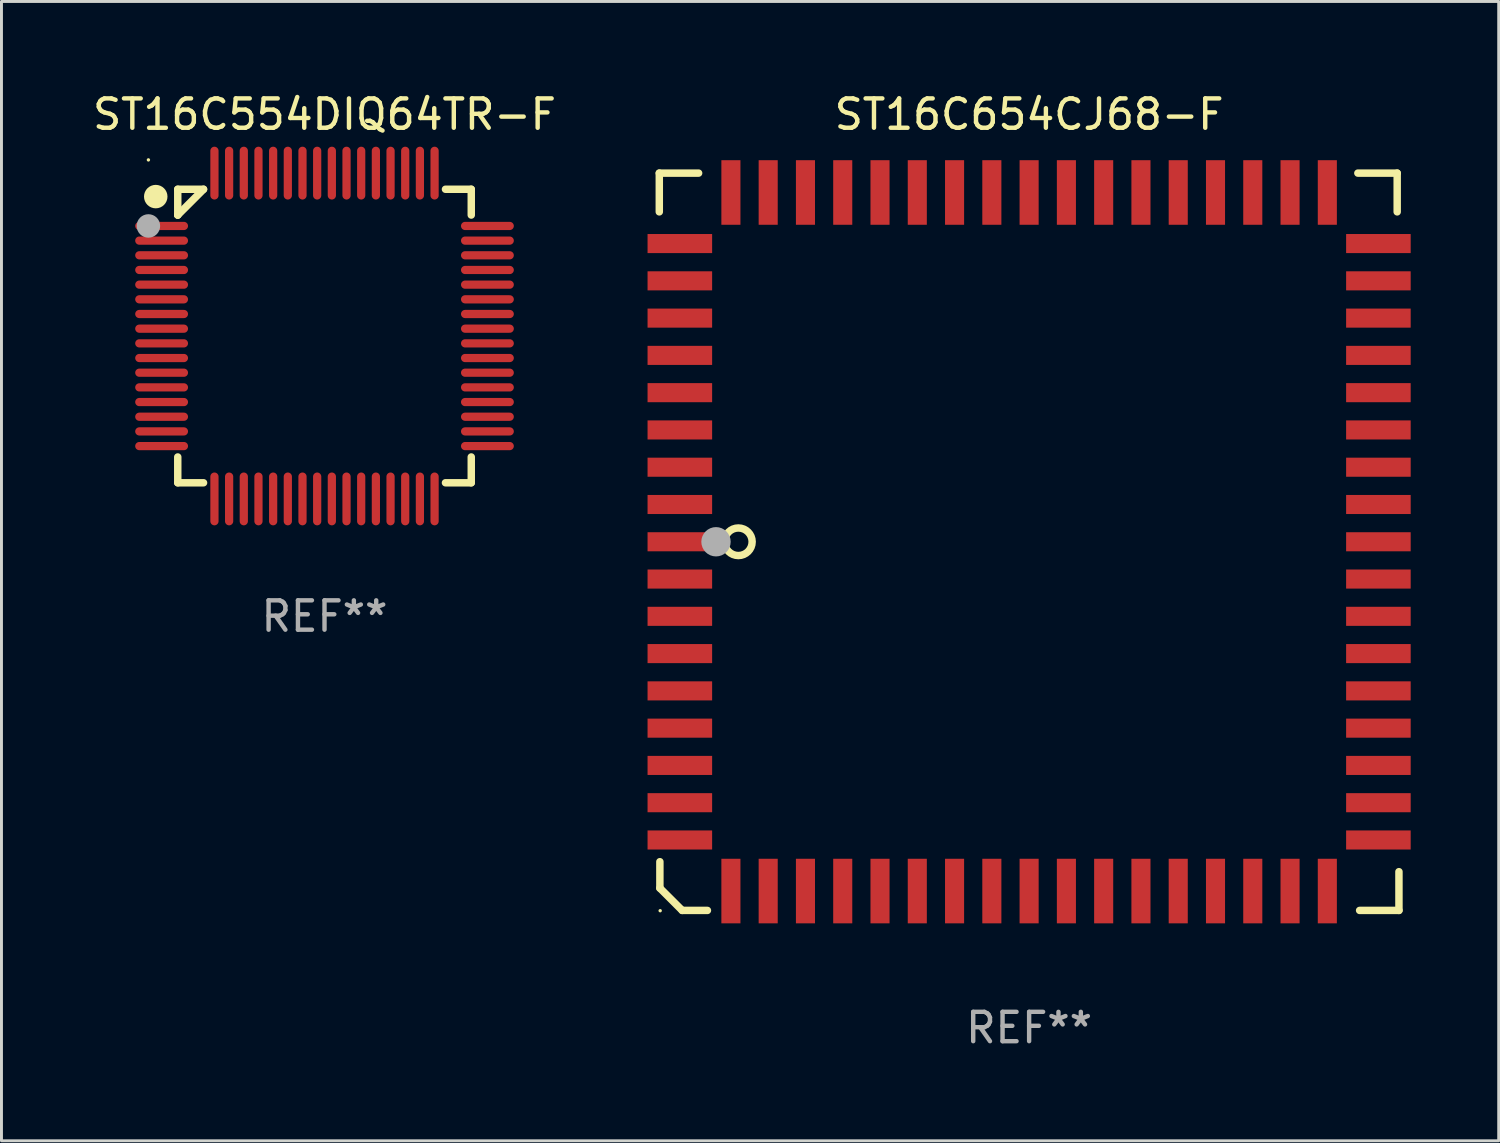
<source format=kicad_pcb>
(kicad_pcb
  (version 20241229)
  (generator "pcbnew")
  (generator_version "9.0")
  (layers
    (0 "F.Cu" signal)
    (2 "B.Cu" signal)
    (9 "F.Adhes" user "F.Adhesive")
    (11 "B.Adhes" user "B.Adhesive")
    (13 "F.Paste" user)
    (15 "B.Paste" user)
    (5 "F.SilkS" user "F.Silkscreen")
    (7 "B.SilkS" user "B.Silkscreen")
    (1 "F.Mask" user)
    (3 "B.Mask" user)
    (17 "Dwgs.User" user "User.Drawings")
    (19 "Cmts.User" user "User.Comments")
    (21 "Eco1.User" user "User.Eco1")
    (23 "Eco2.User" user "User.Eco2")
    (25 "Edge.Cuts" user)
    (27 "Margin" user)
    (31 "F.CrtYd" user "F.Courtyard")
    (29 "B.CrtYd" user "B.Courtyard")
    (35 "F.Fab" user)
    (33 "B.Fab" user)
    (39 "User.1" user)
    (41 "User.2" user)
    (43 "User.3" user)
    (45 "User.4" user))
  (footprint "ST16C654CJ68-F"
    (layer "F.Cu")
    (at 32.012 15.408)
    (property "Reference" "ST16C654CJ68-F" (at 0 -14.56 0) (layer "F.SilkS") (effects (font (size 1 1) (thickness 0.15))))
    (attr through_hole)
    (fp_line (start -12.6 -12.56) (end -12.6 -11.24) (stroke (width 0.254) (type solid)) (layer "F.SilkS"))
    (fp_line (start -12.58 10.9) (end -12.58 11.8) (stroke (width 0.254) (type solid)) (layer "F.SilkS"))
    (fp_line (start -12.58 11.8) (end -11.82 12.56) (stroke (width 0.254) (type solid)) (layer "F.SilkS"))
    (fp_line (start -11.82 12.56) (end -10.96 12.56) (stroke (width 0.254) (type solid)) (layer "F.SilkS"))
    (fp_line (start -11.26 -12.56) (end -12.6 -12.56) (stroke (width 0.254) (type solid)) (layer "F.SilkS"))
    (fp_line (start 11.2 -12.56) (end 12.54 -12.56) (stroke (width 0.254) (type solid)) (layer "F.SilkS"))
    (fp_line (start 11.26 12.56) (end 12.6 12.56) (stroke (width 0.254) (type solid)) (layer "F.SilkS"))
    (fp_line (start 12.54 -12.56) (end 12.54 -11.24) (stroke (width 0.254) (type solid)) (layer "F.SilkS"))
    (fp_line (start 12.6 12.56) (end 12.6 11.24) (stroke (width 0.254) (type solid)) (layer "F.SilkS"))
    (fp_circle (center -12.57 12.57) (end -12.54 12.57) (stroke (width 0.06) (type solid)) (fill no) (layer "F.SilkS"))
    (fp_circle (center -9.906 0) (end -9.436 0) (stroke (width 0.254) (type solid)) (fill no) (layer "F.SilkS"))
    (fp_circle (center -10.668 0) (end -10.418 0) (stroke (width 0.5) (type solid)) (fill no) (layer "F.Fab"))
    (fp_text user "REF**" (at 0 16.56 0) (layer "F.Fab") (effects (font (size 1 1) (thickness 0.15))))
    (pad "1" smd rect (at -11.9 -0.000076 270) (size 0.65 2.2) (layers "F.Cu" "F.Mask" "F.Paste"))
    (pad "2" smd rect (at -11.9 1.27 270) (size 0.65 2.2) (layers "F.Cu" "F.Mask" "F.Paste"))
    (pad "3" smd rect (at -11.9 2.54 270) (size 0.65 2.2) (layers "F.Cu" "F.Mask" "F.Paste"))
    (pad "4" smd rect (at -11.9 3.81 270) (size 0.65 2.2) (layers "F.Cu" "F.Mask" "F.Paste"))
    (pad "5" smd rect (at -11.9 5.08 270) (size 0.65 2.2) (layers "F.Cu" "F.Mask" "F.Paste"))
    (pad "6" smd rect (at -11.9 6.35 270) (size 0.65 2.2) (layers "F.Cu" "F.Mask" "F.Paste"))
    (pad "7" smd rect (at -11.9 7.62 270) (size 0.65 2.2) (layers "F.Cu" "F.Mask" "F.Paste"))
    (pad "8" smd rect (at -11.9 8.89 270) (size 0.65 2.2) (layers "F.Cu" "F.Mask" "F.Paste"))
    (pad "9" smd rect (at -11.9 10.16 270) (size 0.65 2.2) (layers "F.Cu" "F.Mask" "F.Paste"))
    (pad "10" smd rect (at -10.16 11.9 270) (size 2.2 0.65) (layers "F.Cu" "F.Mask" "F.Paste"))
    (pad "11" smd rect (at -8.89 11.9 270) (size 2.2 0.65) (layers "F.Cu" "F.Mask" "F.Paste"))
    (pad "12" smd rect (at -7.62 11.9 270) (size 2.2 0.65) (layers "F.Cu" "F.Mask" "F.Paste"))
    (pad "13" smd rect (at -6.35 11.9 270) (size 2.2 0.65) (layers "F.Cu" "F.Mask" "F.Paste"))
    (pad "14" smd rect (at -5.08 11.9 270) (size 2.2 0.65) (layers "F.Cu" "F.Mask" "F.Paste"))
    (pad "15" smd rect (at -3.81 11.9 270) (size 2.2 0.65) (layers "F.Cu" "F.Mask" "F.Paste"))
    (pad "16" smd rect (at -2.54 11.9 270) (size 2.2 0.65) (layers "F.Cu" "F.Mask" "F.Paste"))
    (pad "17" smd rect (at -1.27 11.9 270) (size 2.2 0.65) (layers "F.Cu" "F.Mask" "F.Paste"))
    (pad "18" smd rect (at 0 11.9 270) (size 2.2 0.65) (layers "F.Cu" "F.Mask" "F.Paste"))
    (pad "19" smd rect (at 1.27 11.9 270) (size 2.2 0.65) (layers "F.Cu" "F.Mask" "F.Paste"))
    (pad "20" smd rect (at 2.54 11.9 270) (size 2.2 0.65) (layers "F.Cu" "F.Mask" "F.Paste"))
    (pad "21" smd rect (at 3.81 11.9 270) (size 2.2 0.65) (layers "F.Cu" "F.Mask" "F.Paste"))
    (pad "22" smd rect (at 5.08 11.9 270) (size 2.2 0.65) (layers "F.Cu" "F.Mask" "F.Paste"))
    (pad "23" smd rect (at 6.35 11.9 270) (size 2.2 0.65) (layers "F.Cu" "F.Mask" "F.Paste"))
    (pad "24" smd rect (at 7.62 11.9 270) (size 2.2 0.65) (layers "F.Cu" "F.Mask" "F.Paste"))
    (pad "25" smd rect (at 8.89 11.9 270) (size 2.2 0.65) (layers "F.Cu" "F.Mask" "F.Paste"))
    (pad "26" smd rect (at 10.16 11.9 270) (size 2.2 0.65) (layers "F.Cu" "F.Mask" "F.Paste"))
    (pad "27" smd rect (at 11.9 10.16 270) (size 0.65 2.2) (layers "F.Cu" "F.Mask" "F.Paste"))
    (pad "28" smd rect (at 11.9 8.89 270) (size 0.65 2.2) (layers "F.Cu" "F.Mask" "F.Paste"))
    (pad "29" smd rect (at 11.9 7.62 270) (size 0.65 2.2) (layers "F.Cu" "F.Mask" "F.Paste"))
    (pad "30" smd rect (at 11.9 6.35 270) (size 0.65 2.2) (layers "F.Cu" "F.Mask" "F.Paste"))
    (pad "31" smd rect (at 11.9 5.08 270) (size 0.65 2.2) (layers "F.Cu" "F.Mask" "F.Paste"))
    (pad "32" smd rect (at 11.9 3.81 270) (size 0.65 2.2) (layers "F.Cu" "F.Mask" "F.Paste"))
    (pad "33" smd rect (at 11.9 2.54 270) (size 0.65 2.2) (layers "F.Cu" "F.Mask" "F.Paste"))
    (pad "34" smd rect (at 11.9 1.27 270) (size 0.65 2.2) (layers "F.Cu" "F.Mask" "F.Paste"))
    (pad "35" smd rect (at 11.9 -0.000076 270) (size 0.65 2.2) (layers "F.Cu" "F.Mask" "F.Paste"))
    (pad "36" smd rect (at 11.9 -1.27 270) (size 0.65 2.2) (layers "F.Cu" "F.Mask" "F.Paste"))
    (pad "37" smd rect (at 11.9 -2.54 270) (size 0.65 2.2) (layers "F.Cu" "F.Mask" "F.Paste"))
    (pad "38" smd rect (at 11.9 -3.81 270) (size 0.65 2.2) (layers "F.Cu" "F.Mask" "F.Paste"))
    (pad "39" smd rect (at 11.9 -5.08 270) (size 0.65 2.2) (layers "F.Cu" "F.Mask" "F.Paste"))
    (pad "40" smd rect (at 11.9 -6.35 270) (size 0.65 2.2) (layers "F.Cu" "F.Mask" "F.Paste"))
    (pad "41" smd rect (at 11.9 -7.62 270) (size 0.65 2.2) (layers "F.Cu" "F.Mask" "F.Paste"))
    (pad "42" smd rect (at 11.9 -8.89 270) (size 0.65 2.2) (layers "F.Cu" "F.Mask" "F.Paste"))
    (pad "43" smd rect (at 11.9 -10.16 270) (size 0.65 2.2) (layers "F.Cu" "F.Mask" "F.Paste"))
    (pad "44" smd rect (at 10.16 -11.9 270) (size 2.2 0.65) (layers "F.Cu" "F.Mask" "F.Paste"))
    (pad "45" smd rect (at 8.89 -11.9 270) (size 2.2 0.65) (layers "F.Cu" "F.Mask" "F.Paste"))
    (pad "46" smd rect (at 7.62 -11.9 270) (size 2.2 0.65) (layers "F.Cu" "F.Mask" "F.Paste"))
    (pad "47" smd rect (at 6.35 -11.9 270) (size 2.2 0.65) (layers "F.Cu" "F.Mask" "F.Paste"))
    (pad "48" smd rect (at 5.08 -11.9 270) (size 2.2 0.65) (layers "F.Cu" "F.Mask" "F.Paste"))
    (pad "49" smd rect (at 3.81 -11.9 270) (size 2.2 0.65) (layers "F.Cu" "F.Mask" "F.Paste"))
    (pad "50" smd rect (at 2.54 -11.9 270) (size 2.2 0.65) (layers "F.Cu" "F.Mask" "F.Paste"))
    (pad "51" smd rect (at 1.27 -11.9 270) (size 2.2 0.65) (layers "F.Cu" "F.Mask" "F.Paste"))
    (pad "52" smd rect (at 0 -11.9 270) (size 2.2 0.65) (layers "F.Cu" "F.Mask" "F.Paste"))
    (pad "53" smd rect (at -1.27 -11.9 270) (size 2.2 0.65) (layers "F.Cu" "F.Mask" "F.Paste"))
    (pad "54" smd rect (at -2.54 -11.9 270) (size 2.2 0.65) (layers "F.Cu" "F.Mask" "F.Paste"))
    (pad "55" smd rect (at -3.81 -11.9 270) (size 2.2 0.65) (layers "F.Cu" "F.Mask" "F.Paste"))
    (pad "56" smd rect (at -5.08 -11.9 270) (size 2.2 0.65) (layers "F.Cu" "F.Mask" "F.Paste"))
    (pad "57" smd rect (at -6.35 -11.9 270) (size 2.2 0.65) (layers "F.Cu" "F.Mask" "F.Paste"))
    (pad "58" smd rect (at -7.62 -11.9 270) (size 2.2 0.65) (layers "F.Cu" "F.Mask" "F.Paste"))
    (pad "59" smd rect (at -8.89 -11.9 270) (size 2.2 0.65) (layers "F.Cu" "F.Mask" "F.Paste"))
    (pad "60" smd rect (at -10.16 -11.9 270) (size 2.2 0.65) (layers "F.Cu" "F.Mask" "F.Paste"))
    (pad "61" smd rect (at -11.9 -10.16 270) (size 0.65 2.2) (layers "F.Cu" "F.Mask" "F.Paste"))
    (pad "62" smd rect (at -11.9 -8.89 270) (size 0.65 2.2) (layers "F.Cu" "F.Mask" "F.Paste"))
    (pad "63" smd rect (at -11.9 -7.62 270) (size 0.65 2.2) (layers "F.Cu" "F.Mask" "F.Paste"))
    (pad "64" smd rect (at -11.9 -6.35 270) (size 0.65 2.2) (layers "F.Cu" "F.Mask" "F.Paste"))
    (pad "65" smd rect (at -11.9 -5.08 270) (size 0.65 2.2) (layers "F.Cu" "F.Mask" "F.Paste"))
    (pad "66" smd rect (at -11.9 -3.81 270) (size 0.65 2.2) (layers "F.Cu" "F.Mask" "F.Paste"))
    (pad "67" smd rect (at -11.9 -2.54 270) (size 0.65 2.2) (layers "F.Cu" "F.Mask" "F.Paste"))
    (pad "68" smd rect (at -11.9 -1.27 270) (size 0.65 2.2) (layers "F.Cu" "F.Mask" "F.Paste")))
  (footprint "ST16C554DIQ64TR-F"
    (layer "F.Cu")
    (at 8.006 8.398)
    (property "Reference" "ST16C554DIQ64TR-F" (at 0 -7.55 0) (layer "F.SilkS") (effects (font (size 1 1) (thickness 0.15))))
    (attr through_hole)
    (fp_line (start -5 -5) (end -4.121 -5) (stroke (width 0.254) (type solid)) (layer "F.SilkS"))
    (fp_line (start -5 -4.121) (end -5 -5) (stroke (width 0.254) (type solid)) (layer "F.SilkS"))
    (fp_line (start -5 -4.121) (end -5 -4.121) (stroke (width 0.254) (type solid)) (layer "F.SilkS"))
    (fp_line (start -5 -4.121) (end -4.121 -5) (stroke (width 0.254) (type solid)) (layer "F.SilkS"))
    (fp_line (start -5 5) (end -5 4.121) (stroke (width 0.254) (type solid)) (layer "F.SilkS"))
    (fp_line (start -4.121 5) (end -5 5) (stroke (width 0.254) (type solid)) (layer "F.SilkS"))
    (fp_line (start 4.121 -5) (end 5 -5) (stroke (width 0.254) (type solid)) (layer "F.SilkS"))
    (fp_line (start 5 -5) (end 5 -4.121) (stroke (width 0.254) (type solid)) (layer "F.SilkS"))
    (fp_line (start 5 4.121) (end 5 5) (stroke (width 0.254) (type solid)) (layer "F.SilkS"))
    (fp_line (start 5 5) (end 4.121 5) (stroke (width 0.254) (type solid)) (layer "F.SilkS"))
    (fp_circle (center -6 -6) (end -5.97 -6) (stroke (width 0.06) (type solid)) (fill no) (layer "F.SilkS"))
    (fp_circle (center -5.75 -4.75) (end -5.55 -4.75) (stroke (width 0.4) (type solid)) (fill no) (layer "F.SilkS"))
    (fp_circle (center -6 -3.75) (end -5.8 -3.75) (stroke (width 0.4) (type solid)) (fill no) (layer "F.Fab"))
    (fp_text user "REF**" (at 0 9.55 0) (layer "F.Fab") (effects (font (size 1 1) (thickness 0.15))))
    (pad "1" smd oval (at -5.55 -3.75 90) (size 0.28 1.8) (layers "F.Cu" "F.Mask" "F.Paste"))
    (pad "2" smd oval (at -5.55 -3.25 90) (size 0.28 1.8) (layers "F.Cu" "F.Mask" "F.Paste"))
    (pad "3" smd oval (at -5.55 -2.75 90) (size 0.28 1.8) (layers "F.Cu" "F.Mask" "F.Paste"))
    (pad "4" smd oval (at -5.55 -2.25 90) (size 0.28 1.8) (layers "F.Cu" "F.Mask" "F.Paste"))
    (pad "5" smd oval (at -5.55 -1.75 90) (size 0.28 1.8) (layers "F.Cu" "F.Mask" "F.Paste"))
    (pad "6" smd oval (at -5.55 -1.25 90) (size 0.28 1.8) (layers "F.Cu" "F.Mask" "F.Paste"))
    (pad "7" smd oval (at -5.55 -0.75 90) (size 0.28 1.8) (layers "F.Cu" "F.Mask" "F.Paste"))
    (pad "8" smd oval (at -5.55 -0.25 90) (size 0.28 1.8) (layers "F.Cu" "F.Mask" "F.Paste"))
    (pad "9" smd oval (at -5.55 0.25 90) (size 0.28 1.8) (layers "F.Cu" "F.Mask" "F.Paste"))
    (pad "10" smd oval (at -5.55 0.75 90) (size 0.28 1.8) (layers "F.Cu" "F.Mask" "F.Paste"))
    (pad "11" smd oval (at -5.55 1.25 90) (size 0.28 1.8) (layers "F.Cu" "F.Mask" "F.Paste"))
    (pad "12" smd oval (at -5.55 1.75 90) (size 0.28 1.8) (layers "F.Cu" "F.Mask" "F.Paste"))
    (pad "13" smd oval (at -5.55 2.25 90) (size 0.28 1.8) (layers "F.Cu" "F.Mask" "F.Paste"))
    (pad "14" smd oval (at -5.55 2.75 90) (size 0.28 1.8) (layers "F.Cu" "F.Mask" "F.Paste"))
    (pad "15" smd oval (at -5.55 3.25 90) (size 0.28 1.8) (layers "F.Cu" "F.Mask" "F.Paste"))
    (pad "16" smd oval (at -5.55 3.75 90) (size 0.28 1.8) (layers "F.Cu" "F.Mask" "F.Paste"))
    (pad "17" smd oval (at -3.75 5.55) (size 0.28 1.8) (layers "F.Cu" "F.Mask" "F.Paste"))
    (pad "18" smd oval (at -3.25 5.55) (size 0.28 1.8) (layers "F.Cu" "F.Mask" "F.Paste"))
    (pad "19" smd oval (at -2.75 5.55) (size 0.28 1.8) (layers "F.Cu" "F.Mask" "F.Paste"))
    (pad "20" smd oval (at -2.25 5.55) (size 0.28 1.8) (layers "F.Cu" "F.Mask" "F.Paste"))
    (pad "21" smd oval (at -1.75 5.55) (size 0.28 1.8) (layers "F.Cu" "F.Mask" "F.Paste"))
    (pad "22" smd oval (at -1.25 5.55) (size 0.28 1.8) (layers "F.Cu" "F.Mask" "F.Paste"))
    (pad "23" smd oval (at -0.75 5.55) (size 0.28 1.8) (layers "F.Cu" "F.Mask" "F.Paste"))
    (pad "24" smd oval (at -0.25 5.55) (size 0.28 1.8) (layers "F.Cu" "F.Mask" "F.Paste"))
    (pad "25" smd oval (at 0.25 5.55) (size 0.28 1.8) (layers "F.Cu" "F.Mask" "F.Paste"))
    (pad "26" smd oval (at 0.75 5.55) (size 0.28 1.8) (layers "F.Cu" "F.Mask" "F.Paste"))
    (pad "27" smd oval (at 1.25 5.55) (size 0.28 1.8) (layers "F.Cu" "F.Mask" "F.Paste"))
    (pad "28" smd oval (at 1.75 5.55) (size 0.28 1.8) (layers "F.Cu" "F.Mask" "F.Paste"))
    (pad "29" smd oval (at 2.25 5.55) (size 0.28 1.8) (layers "F.Cu" "F.Mask" "F.Paste"))
    (pad "30" smd oval (at 2.75 5.55) (size 0.28 1.8) (layers "F.Cu" "F.Mask" "F.Paste"))
    (pad "31" smd oval (at 3.25 5.55) (size 0.28 1.8) (layers "F.Cu" "F.Mask" "F.Paste"))
    (pad "32" smd oval (at 3.75 5.55) (size 0.28 1.8) (layers "F.Cu" "F.Mask" "F.Paste"))
    (pad "33" smd oval (at 5.55 3.75 90) (size 0.28 1.8) (layers "F.Cu" "F.Mask" "F.Paste"))
    (pad "34" smd oval (at 5.55 3.25 90) (size 0.28 1.8) (layers "F.Cu" "F.Mask" "F.Paste"))
    (pad "35" smd oval (at 5.55 2.75 90) (size 0.28 1.8) (layers "F.Cu" "F.Mask" "F.Paste"))
    (pad "36" smd oval (at 5.55 2.25 90) (size 0.28 1.8) (layers "F.Cu" "F.Mask" "F.Paste"))
    (pad "37" smd oval (at 5.55 1.75 90) (size 0.28 1.8) (layers "F.Cu" "F.Mask" "F.Paste"))
    (pad "38" smd oval (at 5.55 1.25 90) (size 0.28 1.8) (layers "F.Cu" "F.Mask" "F.Paste"))
    (pad "39" smd oval (at 5.55 0.75 90) (size 0.28 1.8) (layers "F.Cu" "F.Mask" "F.Paste"))
    (pad "40" smd oval (at 5.55 0.25 90) (size 0.28 1.8) (layers "F.Cu" "F.Mask" "F.Paste"))
    (pad "41" smd oval (at 5.55 -0.25 90) (size 0.28 1.8) (layers "F.Cu" "F.Mask" "F.Paste"))
    (pad "42" smd oval (at 5.55 -0.75 90) (size 0.28 1.8) (layers "F.Cu" "F.Mask" "F.Paste"))
    (pad "43" smd oval (at 5.55 -1.25 90) (size 0.28 1.8) (layers "F.Cu" "F.Mask" "F.Paste"))
    (pad "44" smd oval (at 5.55 -1.75 90) (size 0.28 1.8) (layers "F.Cu" "F.Mask" "F.Paste"))
    (pad "45" smd oval (at 5.55 -2.25 90) (size 0.28 1.8) (layers "F.Cu" "F.Mask" "F.Paste"))
    (pad "46" smd oval (at 5.55 -2.75 90) (size 0.28 1.8) (layers "F.Cu" "F.Mask" "F.Paste"))
    (pad "47" smd oval (at 5.55 -3.25 90) (size 0.28 1.8) (layers "F.Cu" "F.Mask" "F.Paste"))
    (pad "48" smd oval (at 5.55 -3.75 90) (size 0.28 1.8) (layers "F.Cu" "F.Mask" "F.Paste"))
    (pad "49" smd oval (at 3.75 -5.55) (size 0.28 1.8) (layers "F.Cu" "F.Mask" "F.Paste"))
    (pad "50" smd oval (at 3.25 -5.55) (size 0.28 1.8) (layers "F.Cu" "F.Mask" "F.Paste"))
    (pad "51" smd oval (at 2.75 -5.55) (size 0.28 1.8) (layers "F.Cu" "F.Mask" "F.Paste"))
    (pad "52" smd oval (at 2.25 -5.55) (size 0.28 1.8) (layers "F.Cu" "F.Mask" "F.Paste"))
    (pad "53" smd oval (at 1.75 -5.55) (size 0.28 1.8) (layers "F.Cu" "F.Mask" "F.Paste"))
    (pad "54" smd oval (at 1.25 -5.55) (size 0.28 1.8) (layers "F.Cu" "F.Mask" "F.Paste"))
    (pad "55" smd oval (at 0.75 -5.55) (size 0.28 1.8) (layers "F.Cu" "F.Mask" "F.Paste"))
    (pad "56" smd oval (at 0.25 -5.55) (size 0.28 1.8) (layers "F.Cu" "F.Mask" "F.Paste"))
    (pad "57" smd oval (at -0.25 -5.55) (size 0.28 1.8) (layers "F.Cu" "F.Mask" "F.Paste"))
    (pad "58" smd oval (at -0.75 -5.55) (size 0.28 1.8) (layers "F.Cu" "F.Mask" "F.Paste"))
    (pad "59" smd oval (at -1.25 -5.55) (size 0.28 1.8) (layers "F.Cu" "F.Mask" "F.Paste"))
    (pad "60" smd oval (at -1.75 -5.55) (size 0.28 1.8) (layers "F.Cu" "F.Mask" "F.Paste"))
    (pad "61" smd oval (at -2.25 -5.55) (size 0.28 1.8) (layers "F.Cu" "F.Mask" "F.Paste"))
    (pad "62" smd oval (at -2.75 -5.55) (size 0.28 1.8) (layers "F.Cu" "F.Mask" "F.Paste"))
    (pad "63" smd oval (at -3.25 -5.55) (size 0.28 1.8) (layers "F.Cu" "F.Mask" "F.Paste"))
    (pad "64" smd oval (at -3.75 -5.55) (size 0.28 1.8) (layers "F.Cu" "F.Mask" "F.Paste")))
  (gr_rect
    (start -3 -3)
    (end 48.011 35.816)
    (stroke (width 0.1) (type default))
    (fill no)
    (layer "Edge.Cuts")))
</source>
